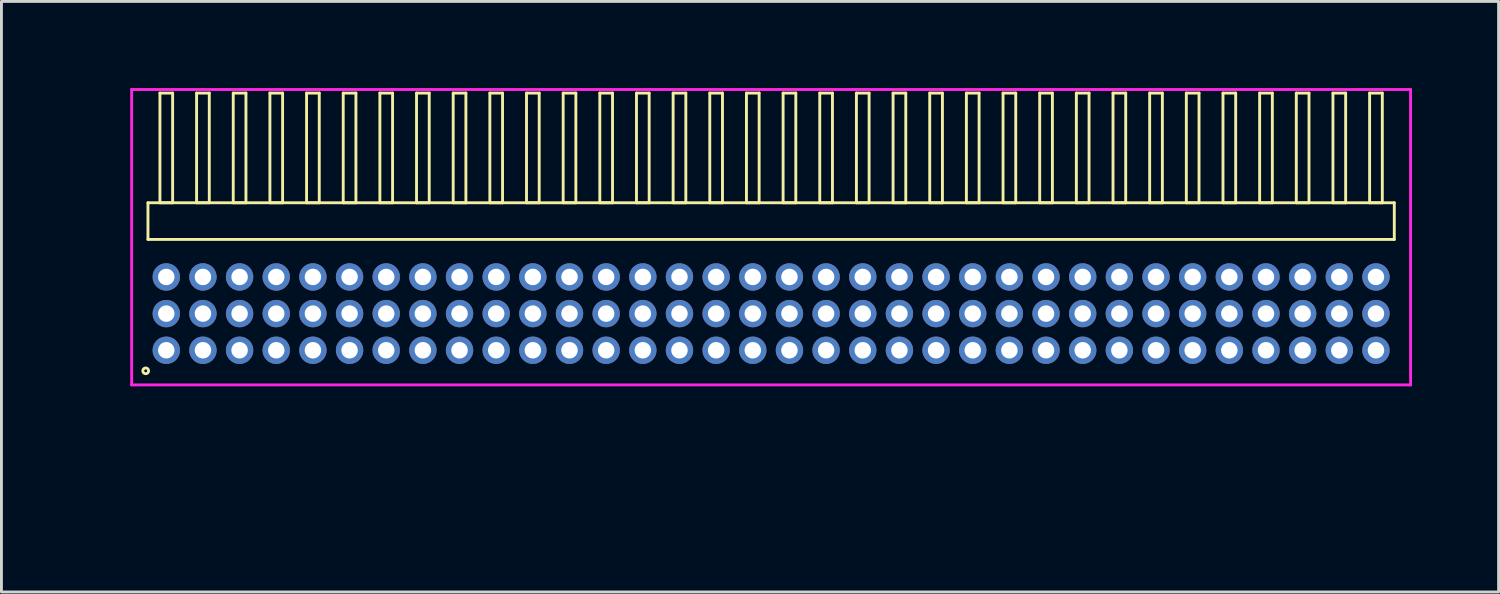
<source format=kicad_pcb>
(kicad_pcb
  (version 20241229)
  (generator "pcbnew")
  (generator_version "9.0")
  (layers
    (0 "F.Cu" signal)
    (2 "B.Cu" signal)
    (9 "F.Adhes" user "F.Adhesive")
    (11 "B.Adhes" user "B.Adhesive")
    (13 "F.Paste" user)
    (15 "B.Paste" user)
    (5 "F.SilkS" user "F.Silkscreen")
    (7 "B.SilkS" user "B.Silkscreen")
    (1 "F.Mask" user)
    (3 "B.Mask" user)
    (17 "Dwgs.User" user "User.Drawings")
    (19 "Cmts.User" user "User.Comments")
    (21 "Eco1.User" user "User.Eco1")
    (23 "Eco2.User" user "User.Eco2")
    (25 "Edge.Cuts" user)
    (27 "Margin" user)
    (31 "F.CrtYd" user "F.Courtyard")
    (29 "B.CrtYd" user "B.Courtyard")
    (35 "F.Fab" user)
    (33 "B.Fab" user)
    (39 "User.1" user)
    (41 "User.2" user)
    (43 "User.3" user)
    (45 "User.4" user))
  (footprint "HDR_RA127P34x3"
    (layer "F.Cu")
    (at 23.666 7.815)
    (property "Reference" "HDR_RA127P34x3" (at -22.905 0 90) (layer "User.1") (effects (font (size 1 1) (thickness 0.1))))
    (attr through_hole)
    (fp_line (start -21.59 -3.84) (end -21.59 -2.57) (stroke (width 0.1) (type solid)) (layer "F.SilkS"))
    (fp_line (start -21.59 -2.57) (end 21.59 -2.57) (stroke (width 0.1) (type solid)) (layer "F.SilkS"))
    (fp_line (start -21.175 -7.64) (end -21.175 -3.84) (stroke (width 0.1) (type solid)) (layer "F.SilkS"))
    (fp_line (start -21.175 -3.84) (end -20.735 -3.84) (stroke (width 0.1) (type solid)) (layer "F.SilkS"))
    (fp_line (start -20.735 -7.64) (end -21.175 -7.64) (stroke (width 0.1) (type solid)) (layer "F.SilkS"))
    (fp_line (start -20.735 -3.84) (end -20.735 -7.64) (stroke (width 0.1) (type solid)) (layer "F.SilkS"))
    (fp_line (start -19.905 -7.64) (end -19.905 -3.84) (stroke (width 0.1) (type solid)) (layer "F.SilkS"))
    (fp_line (start -19.905 -3.84) (end -19.465 -3.84) (stroke (width 0.1) (type solid)) (layer "F.SilkS"))
    (fp_line (start -19.465 -7.64) (end -19.905 -7.64) (stroke (width 0.1) (type solid)) (layer "F.SilkS"))
    (fp_line (start -19.465 -3.84) (end -19.465 -7.64) (stroke (width 0.1) (type solid)) (layer "F.SilkS"))
    (fp_line (start -18.635 -7.64) (end -18.635 -3.84) (stroke (width 0.1) (type solid)) (layer "F.SilkS"))
    (fp_line (start -18.635 -3.84) (end -18.195 -3.84) (stroke (width 0.1) (type solid)) (layer "F.SilkS"))
    (fp_line (start -18.195 -7.64) (end -18.635 -7.64) (stroke (width 0.1) (type solid)) (layer "F.SilkS"))
    (fp_line (start -18.195 -3.84) (end -18.195 -7.64) (stroke (width 0.1) (type solid)) (layer "F.SilkS"))
    (fp_line (start -17.365 -7.64) (end -17.365 -3.84) (stroke (width 0.1) (type solid)) (layer "F.SilkS"))
    (fp_line (start -17.365 -3.84) (end -16.925 -3.84) (stroke (width 0.1) (type solid)) (layer "F.SilkS"))
    (fp_line (start -16.925 -7.64) (end -17.365 -7.64) (stroke (width 0.1) (type solid)) (layer "F.SilkS"))
    (fp_line (start -16.925 -3.84) (end -16.925 -7.64) (stroke (width 0.1) (type solid)) (layer "F.SilkS"))
    (fp_line (start -16.095 -7.64) (end -16.095 -3.84) (stroke (width 0.1) (type solid)) (layer "F.SilkS"))
    (fp_line (start -16.095 -3.84) (end -15.655 -3.84) (stroke (width 0.1) (type solid)) (layer "F.SilkS"))
    (fp_line (start -15.655 -7.64) (end -16.095 -7.64) (stroke (width 0.1) (type solid)) (layer "F.SilkS"))
    (fp_line (start -15.655 -3.84) (end -15.655 -7.64) (stroke (width 0.1) (type solid)) (layer "F.SilkS"))
    (fp_line (start -14.825 -7.64) (end -14.825 -3.84) (stroke (width 0.1) (type solid)) (layer "F.SilkS"))
    (fp_line (start -14.825 -3.84) (end -14.385 -3.84) (stroke (width 0.1) (type solid)) (layer "F.SilkS"))
    (fp_line (start -14.385 -7.64) (end -14.825 -7.64) (stroke (width 0.1) (type solid)) (layer "F.SilkS"))
    (fp_line (start -14.385 -3.84) (end -14.385 -7.64) (stroke (width 0.1) (type solid)) (layer "F.SilkS"))
    (fp_line (start -13.555 -7.64) (end -13.555 -3.84) (stroke (width 0.1) (type solid)) (layer "F.SilkS"))
    (fp_line (start -13.555 -3.84) (end -13.115 -3.84) (stroke (width 0.1) (type solid)) (layer "F.SilkS"))
    (fp_line (start -13.115 -7.64) (end -13.555 -7.64) (stroke (width 0.1) (type solid)) (layer "F.SilkS"))
    (fp_line (start -13.115 -3.84) (end -13.115 -7.64) (stroke (width 0.1) (type solid)) (layer "F.SilkS"))
    (fp_line (start -12.285 -7.64) (end -12.285 -3.84) (stroke (width 0.1) (type solid)) (layer "F.SilkS"))
    (fp_line (start -12.285 -3.84) (end -11.845 -3.84) (stroke (width 0.1) (type solid)) (layer "F.SilkS"))
    (fp_line (start -11.845 -7.64) (end -12.285 -7.64) (stroke (width 0.1) (type solid)) (layer "F.SilkS"))
    (fp_line (start -11.845 -3.84) (end -11.845 -7.64) (stroke (width 0.1) (type solid)) (layer "F.SilkS"))
    (fp_line (start -11.015 -7.64) (end -11.015 -3.84) (stroke (width 0.1) (type solid)) (layer "F.SilkS"))
    (fp_line (start -11.015 -3.84) (end -10.575 -3.84) (stroke (width 0.1) (type solid)) (layer "F.SilkS"))
    (fp_line (start -10.575 -7.64) (end -11.015 -7.64) (stroke (width 0.1) (type solid)) (layer "F.SilkS"))
    (fp_line (start -10.575 -3.84) (end -10.575 -7.64) (stroke (width 0.1) (type solid)) (layer "F.SilkS"))
    (fp_line (start -9.745 -7.64) (end -9.745 -3.84) (stroke (width 0.1) (type solid)) (layer "F.SilkS"))
    (fp_line (start -9.745 -3.84) (end -9.305 -3.84) (stroke (width 0.1) (type solid)) (layer "F.SilkS"))
    (fp_line (start -9.305 -7.64) (end -9.745 -7.64) (stroke (width 0.1) (type solid)) (layer "F.SilkS"))
    (fp_line (start -9.305 -3.84) (end -9.305 -7.64) (stroke (width 0.1) (type solid)) (layer "F.SilkS"))
    (fp_line (start -8.475 -7.64) (end -8.475 -3.84) (stroke (width 0.1) (type solid)) (layer "F.SilkS"))
    (fp_line (start -8.475 -3.84) (end -8.035 -3.84) (stroke (width 0.1) (type solid)) (layer "F.SilkS"))
    (fp_line (start -8.035 -7.64) (end -8.475 -7.64) (stroke (width 0.1) (type solid)) (layer "F.SilkS"))
    (fp_line (start -8.035 -3.84) (end -8.035 -7.64) (stroke (width 0.1) (type solid)) (layer "F.SilkS"))
    (fp_line (start -7.205 -7.64) (end -7.205 -3.84) (stroke (width 0.1) (type solid)) (layer "F.SilkS"))
    (fp_line (start -7.205 -3.84) (end -6.765 -3.84) (stroke (width 0.1) (type solid)) (layer "F.SilkS"))
    (fp_line (start -6.765 -7.64) (end -7.205 -7.64) (stroke (width 0.1) (type solid)) (layer "F.SilkS"))
    (fp_line (start -6.765 -3.84) (end -6.765 -7.64) (stroke (width 0.1) (type solid)) (layer "F.SilkS"))
    (fp_line (start -5.935 -7.64) (end -5.935 -3.84) (stroke (width 0.1) (type solid)) (layer "F.SilkS"))
    (fp_line (start -5.935 -3.84) (end -5.495 -3.84) (stroke (width 0.1) (type solid)) (layer "F.SilkS"))
    (fp_line (start -5.495 -7.64) (end -5.935 -7.64) (stroke (width 0.1) (type solid)) (layer "F.SilkS"))
    (fp_line (start -5.495 -3.84) (end -5.495 -7.64) (stroke (width 0.1) (type solid)) (layer "F.SilkS"))
    (fp_line (start -4.665 -7.64) (end -4.665 -3.84) (stroke (width 0.1) (type solid)) (layer "F.SilkS"))
    (fp_line (start -4.665 -3.84) (end -4.225 -3.84) (stroke (width 0.1) (type solid)) (layer "F.SilkS"))
    (fp_line (start -4.225 -7.64) (end -4.665 -7.64) (stroke (width 0.1) (type solid)) (layer "F.SilkS"))
    (fp_line (start -4.225 -3.84) (end -4.225 -7.64) (stroke (width 0.1) (type solid)) (layer "F.SilkS"))
    (fp_line (start -3.395 -7.64) (end -3.395 -3.84) (stroke (width 0.1) (type solid)) (layer "F.SilkS"))
    (fp_line (start -3.395 -3.84) (end -2.955 -3.84) (stroke (width 0.1) (type solid)) (layer "F.SilkS"))
    (fp_line (start -2.955 -7.64) (end -3.395 -7.64) (stroke (width 0.1) (type solid)) (layer "F.SilkS"))
    (fp_line (start -2.955 -3.84) (end -2.955 -7.64) (stroke (width 0.1) (type solid)) (layer "F.SilkS"))
    (fp_line (start -2.125 -7.64) (end -2.125 -3.84) (stroke (width 0.1) (type solid)) (layer "F.SilkS"))
    (fp_line (start -2.125 -3.84) (end -1.685 -3.84) (stroke (width 0.1) (type solid)) (layer "F.SilkS"))
    (fp_line (start -1.685 -7.64) (end -2.125 -7.64) (stroke (width 0.1) (type solid)) (layer "F.SilkS"))
    (fp_line (start -1.685 -3.84) (end -1.685 -7.64) (stroke (width 0.1) (type solid)) (layer "F.SilkS"))
    (fp_line (start -0.855 -7.64) (end -0.855 -3.84) (stroke (width 0.1) (type solid)) (layer "F.SilkS"))
    (fp_line (start -0.855 -3.84) (end -0.415 -3.84) (stroke (width 0.1) (type solid)) (layer "F.SilkS"))
    (fp_line (start -0.415 -7.64) (end -0.855 -7.64) (stroke (width 0.1) (type solid)) (layer "F.SilkS"))
    (fp_line (start -0.415 -3.84) (end -0.415 -7.64) (stroke (width 0.1) (type solid)) (layer "F.SilkS"))
    (fp_line (start 0.415 -7.64) (end 0.415 -3.84) (stroke (width 0.1) (type solid)) (layer "F.SilkS"))
    (fp_line (start 0.415 -3.84) (end 0.855 -3.84) (stroke (width 0.1) (type solid)) (layer "F.SilkS"))
    (fp_line (start 0.855 -7.64) (end 0.415 -7.64) (stroke (width 0.1) (type solid)) (layer "F.SilkS"))
    (fp_line (start 0.855 -3.84) (end 0.855 -7.64) (stroke (width 0.1) (type solid)) (layer "F.SilkS"))
    (fp_line (start 1.685 -7.64) (end 1.685 -3.84) (stroke (width 0.1) (type solid)) (layer "F.SilkS"))
    (fp_line (start 1.685 -3.84) (end 2.125 -3.84) (stroke (width 0.1) (type solid)) (layer "F.SilkS"))
    (fp_line (start 2.125 -7.64) (end 1.685 -7.64) (stroke (width 0.1) (type solid)) (layer "F.SilkS"))
    (fp_line (start 2.125 -3.84) (end 2.125 -7.64) (stroke (width 0.1) (type solid)) (layer "F.SilkS"))
    (fp_line (start 2.955 -7.64) (end 2.955 -3.84) (stroke (width 0.1) (type solid)) (layer "F.SilkS"))
    (fp_line (start 2.955 -3.84) (end 3.395 -3.84) (stroke (width 0.1) (type solid)) (layer "F.SilkS"))
    (fp_line (start 3.395 -7.64) (end 2.955 -7.64) (stroke (width 0.1) (type solid)) (layer "F.SilkS"))
    (fp_line (start 3.395 -3.84) (end 3.395 -7.64) (stroke (width 0.1) (type solid)) (layer "F.SilkS"))
    (fp_line (start 4.225 -7.64) (end 4.225 -3.84) (stroke (width 0.1) (type solid)) (layer "F.SilkS"))
    (fp_line (start 4.225 -3.84) (end 4.665 -3.84) (stroke (width 0.1) (type solid)) (layer "F.SilkS"))
    (fp_line (start 4.665 -7.64) (end 4.225 -7.64) (stroke (width 0.1) (type solid)) (layer "F.SilkS"))
    (fp_line (start 4.665 -3.84) (end 4.665 -7.64) (stroke (width 0.1) (type solid)) (layer "F.SilkS"))
    (fp_line (start 5.495 -7.64) (end 5.495 -3.84) (stroke (width 0.1) (type solid)) (layer "F.SilkS"))
    (fp_line (start 5.495 -3.84) (end 5.935 -3.84) (stroke (width 0.1) (type solid)) (layer "F.SilkS"))
    (fp_line (start 5.935 -7.64) (end 5.495 -7.64) (stroke (width 0.1) (type solid)) (layer "F.SilkS"))
    (fp_line (start 5.935 -3.84) (end 5.935 -7.64) (stroke (width 0.1) (type solid)) (layer "F.SilkS"))
    (fp_line (start 6.765 -7.64) (end 6.765 -3.84) (stroke (width 0.1) (type solid)) (layer "F.SilkS"))
    (fp_line (start 6.765 -3.84) (end 7.205 -3.84) (stroke (width 0.1) (type solid)) (layer "F.SilkS"))
    (fp_line (start 7.205 -7.64) (end 6.765 -7.64) (stroke (width 0.1) (type solid)) (layer "F.SilkS"))
    (fp_line (start 7.205 -3.84) (end 7.205 -7.64) (stroke (width 0.1) (type solid)) (layer "F.SilkS"))
    (fp_line (start 8.035 -7.64) (end 8.035 -3.84) (stroke (width 0.1) (type solid)) (layer "F.SilkS"))
    (fp_line (start 8.035 -3.84) (end 8.475 -3.84) (stroke (width 0.1) (type solid)) (layer "F.SilkS"))
    (fp_line (start 8.475 -7.64) (end 8.035 -7.64) (stroke (width 0.1) (type solid)) (layer "F.SilkS"))
    (fp_line (start 8.475 -3.84) (end 8.475 -7.64) (stroke (width 0.1) (type solid)) (layer "F.SilkS"))
    (fp_line (start 9.305 -7.64) (end 9.305 -3.84) (stroke (width 0.1) (type solid)) (layer "F.SilkS"))
    (fp_line (start 9.305 -3.84) (end 9.745 -3.84) (stroke (width 0.1) (type solid)) (layer "F.SilkS"))
    (fp_line (start 9.745 -7.64) (end 9.305 -7.64) (stroke (width 0.1) (type solid)) (layer "F.SilkS"))
    (fp_line (start 9.745 -3.84) (end 9.745 -7.64) (stroke (width 0.1) (type solid)) (layer "F.SilkS"))
    (fp_line (start 10.575 -7.64) (end 10.575 -3.84) (stroke (width 0.1) (type solid)) (layer "F.SilkS"))
    (fp_line (start 10.575 -3.84) (end 11.015 -3.84) (stroke (width 0.1) (type solid)) (layer "F.SilkS"))
    (fp_line (start 11.015 -7.64) (end 10.575 -7.64) (stroke (width 0.1) (type solid)) (layer "F.SilkS"))
    (fp_line (start 11.015 -3.84) (end 11.015 -7.64) (stroke (width 0.1) (type solid)) (layer "F.SilkS"))
    (fp_line (start 11.845 -7.64) (end 11.845 -3.84) (stroke (width 0.1) (type solid)) (layer "F.SilkS"))
    (fp_line (start 11.845 -3.84) (end 12.285 -3.84) (stroke (width 0.1) (type solid)) (layer "F.SilkS"))
    (fp_line (start 12.285 -7.64) (end 11.845 -7.64) (stroke (width 0.1) (type solid)) (layer "F.SilkS"))
    (fp_line (start 12.285 -3.84) (end 12.285 -7.64) (stroke (width 0.1) (type solid)) (layer "F.SilkS"))
    (fp_line (start 13.115 -7.64) (end 13.115 -3.84) (stroke (width 0.1) (type solid)) (layer "F.SilkS"))
    (fp_line (start 13.115 -3.84) (end 13.555 -3.84) (stroke (width 0.1) (type solid)) (layer "F.SilkS"))
    (fp_line (start 13.555 -7.64) (end 13.115 -7.64) (stroke (width 0.1) (type solid)) (layer "F.SilkS"))
    (fp_line (start 13.555 -3.84) (end 13.555 -7.64) (stroke (width 0.1) (type solid)) (layer "F.SilkS"))
    (fp_line (start 14.385 -7.64) (end 14.385 -3.84) (stroke (width 0.1) (type solid)) (layer "F.SilkS"))
    (fp_line (start 14.385 -3.84) (end 14.825 -3.84) (stroke (width 0.1) (type solid)) (layer "F.SilkS"))
    (fp_line (start 14.825 -7.64) (end 14.385 -7.64) (stroke (width 0.1) (type solid)) (layer "F.SilkS"))
    (fp_line (start 14.825 -3.84) (end 14.825 -7.64) (stroke (width 0.1) (type solid)) (layer "F.SilkS"))
    (fp_line (start 15.655 -7.64) (end 15.655 -3.84) (stroke (width 0.1) (type solid)) (layer "F.SilkS"))
    (fp_line (start 15.655 -3.84) (end 16.095 -3.84) (stroke (width 0.1) (type solid)) (layer "F.SilkS"))
    (fp_line (start 16.095 -7.64) (end 15.655 -7.64) (stroke (width 0.1) (type solid)) (layer "F.SilkS"))
    (fp_line (start 16.095 -3.84) (end 16.095 -7.64) (stroke (width 0.1) (type solid)) (layer "F.SilkS"))
    (fp_line (start 16.925 -7.64) (end 16.925 -3.84) (stroke (width 0.1) (type solid)) (layer "F.SilkS"))
    (fp_line (start 16.925 -3.84) (end 17.365 -3.84) (stroke (width 0.1) (type solid)) (layer "F.SilkS"))
    (fp_line (start 17.365 -7.64) (end 16.925 -7.64) (stroke (width 0.1) (type solid)) (layer "F.SilkS"))
    (fp_line (start 17.365 -3.84) (end 17.365 -7.64) (stroke (width 0.1) (type solid)) (layer "F.SilkS"))
    (fp_line (start 18.195 -7.64) (end 18.195 -3.84) (stroke (width 0.1) (type solid)) (layer "F.SilkS"))
    (fp_line (start 18.195 -3.84) (end 18.635 -3.84) (stroke (width 0.1) (type solid)) (layer "F.SilkS"))
    (fp_line (start 18.635 -7.64) (end 18.195 -7.64) (stroke (width 0.1) (type solid)) (layer "F.SilkS"))
    (fp_line (start 18.635 -3.84) (end 18.635 -7.64) (stroke (width 0.1) (type solid)) (layer "F.SilkS"))
    (fp_line (start 19.465 -7.64) (end 19.465 -3.84) (stroke (width 0.1) (type solid)) (layer "F.SilkS"))
    (fp_line (start 19.465 -3.84) (end 19.905 -3.84) (stroke (width 0.1) (type solid)) (layer "F.SilkS"))
    (fp_line (start 19.905 -7.64) (end 19.465 -7.64) (stroke (width 0.1) (type solid)) (layer "F.SilkS"))
    (fp_line (start 19.905 -3.84) (end 19.905 -7.64) (stroke (width 0.1) (type solid)) (layer "F.SilkS"))
    (fp_line (start 20.735 -7.64) (end 20.735 -3.84) (stroke (width 0.1) (type solid)) (layer "F.SilkS"))
    (fp_line (start 20.735 -3.84) (end 21.175 -3.84) (stroke (width 0.1) (type solid)) (layer "F.SilkS"))
    (fp_line (start 21.175 -7.64) (end 20.735 -7.64) (stroke (width 0.1) (type solid)) (layer "F.SilkS"))
    (fp_line (start 21.175 -3.84) (end 21.175 -7.64) (stroke (width 0.1) (type solid)) (layer "F.SilkS"))
    (fp_line (start 21.59 -3.84) (end -21.59 -3.84) (stroke (width 0.1) (type solid)) (layer "F.SilkS"))
    (fp_line (start 21.59 -2.57) (end 21.59 -3.84) (stroke (width 0.1) (type solid)) (layer "F.SilkS"))
    (fp_circle (center -21.668 1.983) (end -21.568 1.983) (stroke (width 0.1) (type solid)) (fill no) (layer "F.SilkS"))
    (fp_line (start -22.155 -7.765) (end -22.155 2.47) (stroke (width 0.1) (type solid)) (layer "F.CrtYd"))
    (fp_line (start -22.155 2.47) (end 22.155 2.47) (stroke (width 0.1) (type solid)) (layer "F.CrtYd"))
    (fp_line (start 22.155 -7.765) (end -22.155 -7.765) (stroke (width 0.1) (type solid)) (layer "F.CrtYd"))
    (fp_line (start 22.155 2.47) (end 22.155 -7.765) (stroke (width 0.1) (type solid)) (layer "F.CrtYd"))
    (pad "1" thru_hole oval (at -20.955 1.27) (size 0.95 0.95) (drill 0.57) (layers "*.Cu" "*.Mask"))
    (pad "2" thru_hole oval (at -20.955 0) (size 0.95 0.95) (drill 0.57) (layers "*.Cu" "*.Mask"))
    (pad "3" thru_hole oval (at -20.955 -1.27) (size 0.95 0.95) (drill 0.57) (layers "*.Cu" "*.Mask"))
    (pad "4" thru_hole oval (at -19.685 1.27) (size 0.95 0.95) (drill 0.57) (layers "*.Cu" "*.Mask"))
    (pad "5" thru_hole oval (at -19.685 0) (size 0.95 0.95) (drill 0.57) (layers "*.Cu" "*.Mask"))
    (pad "6" thru_hole oval (at -19.685 -1.27) (size 0.95 0.95) (drill 0.57) (layers "*.Cu" "*.Mask"))
    (pad "7" thru_hole oval (at -18.415 1.27) (size 0.95 0.95) (drill 0.57) (layers "*.Cu" "*.Mask"))
    (pad "8" thru_hole oval (at -18.415 0) (size 0.95 0.95) (drill 0.57) (layers "*.Cu" "*.Mask"))
    (pad "9" thru_hole oval (at -18.415 -1.27) (size 0.95 0.95) (drill 0.57) (layers "*.Cu" "*.Mask"))
    (pad "10" thru_hole oval (at -17.145 1.27) (size 0.95 0.95) (drill 0.57) (layers "*.Cu" "*.Mask"))
    (pad "11" thru_hole oval (at -17.145 0) (size 0.95 0.95) (drill 0.57) (layers "*.Cu" "*.Mask"))
    (pad "12" thru_hole oval (at -17.145 -1.27) (size 0.95 0.95) (drill 0.57) (layers "*.Cu" "*.Mask"))
    (pad "13" thru_hole oval (at -15.875 1.27) (size 0.95 0.95) (drill 0.57) (layers "*.Cu" "*.Mask"))
    (pad "14" thru_hole oval (at -15.875 0) (size 0.95 0.95) (drill 0.57) (layers "*.Cu" "*.Mask"))
    (pad "15" thru_hole oval (at -15.875 -1.27) (size 0.95 0.95) (drill 0.57) (layers "*.Cu" "*.Mask"))
    (pad "16" thru_hole oval (at -14.605 1.27) (size 0.95 0.95) (drill 0.57) (layers "*.Cu" "*.Mask"))
    (pad "17" thru_hole oval (at -14.605 0) (size 0.95 0.95) (drill 0.57) (layers "*.Cu" "*.Mask"))
    (pad "18" thru_hole oval (at -14.605 -1.27) (size 0.95 0.95) (drill 0.57) (layers "*.Cu" "*.Mask"))
    (pad "19" thru_hole oval (at -13.335 1.27) (size 0.95 0.95) (drill 0.57) (layers "*.Cu" "*.Mask"))
    (pad "20" thru_hole oval (at -13.335 0) (size 0.95 0.95) (drill 0.57) (layers "*.Cu" "*.Mask"))
    (pad "21" thru_hole oval (at -13.335 -1.27) (size 0.95 0.95) (drill 0.57) (layers "*.Cu" "*.Mask"))
    (pad "22" thru_hole oval (at -12.065 1.27) (size 0.95 0.95) (drill 0.57) (layers "*.Cu" "*.Mask"))
    (pad "23" thru_hole oval (at -12.065 0) (size 0.95 0.95) (drill 0.57) (layers "*.Cu" "*.Mask"))
    (pad "24" thru_hole oval (at -12.065 -1.27) (size 0.95 0.95) (drill 0.57) (layers "*.Cu" "*.Mask"))
    (pad "25" thru_hole oval (at -10.795 1.27) (size 0.95 0.95) (drill 0.57) (layers "*.Cu" "*.Mask"))
    (pad "26" thru_hole oval (at -10.795 0) (size 0.95 0.95) (drill 0.57) (layers "*.Cu" "*.Mask"))
    (pad "27" thru_hole oval (at -10.795 -1.27) (size 0.95 0.95) (drill 0.57) (layers "*.Cu" "*.Mask"))
    (pad "28" thru_hole oval (at -9.525 1.27) (size 0.95 0.95) (drill 0.57) (layers "*.Cu" "*.Mask"))
    (pad "29" thru_hole oval (at -9.525 0) (size 0.95 0.95) (drill 0.57) (layers "*.Cu" "*.Mask"))
    (pad "30" thru_hole oval (at -9.525 -1.27) (size 0.95 0.95) (drill 0.57) (layers "*.Cu" "*.Mask"))
    (pad "31" thru_hole oval (at -8.255 1.27) (size 0.95 0.95) (drill 0.57) (layers "*.Cu" "*.Mask"))
    (pad "32" thru_hole oval (at -8.255 0) (size 0.95 0.95) (drill 0.57) (layers "*.Cu" "*.Mask"))
    (pad "33" thru_hole oval (at -8.255 -1.27) (size 0.95 0.95) (drill 0.57) (layers "*.Cu" "*.Mask"))
    (pad "34" thru_hole oval (at -6.985 1.27) (size 0.95 0.95) (drill 0.57) (layers "*.Cu" "*.Mask"))
    (pad "35" thru_hole oval (at -6.985 0) (size 0.95 0.95) (drill 0.57) (layers "*.Cu" "*.Mask"))
    (pad "36" thru_hole oval (at -6.985 -1.27) (size 0.95 0.95) (drill 0.57) (layers "*.Cu" "*.Mask"))
    (pad "37" thru_hole oval (at -5.715 1.27) (size 0.95 0.95) (drill 0.57) (layers "*.Cu" "*.Mask"))
    (pad "38" thru_hole oval (at -5.715 0) (size 0.95 0.95) (drill 0.57) (layers "*.Cu" "*.Mask"))
    (pad "39" thru_hole oval (at -5.715 -1.27) (size 0.95 0.95) (drill 0.57) (layers "*.Cu" "*.Mask"))
    (pad "40" thru_hole oval (at -4.445 1.27) (size 0.95 0.95) (drill 0.57) (layers "*.Cu" "*.Mask"))
    (pad "41" thru_hole oval (at -4.445 0) (size 0.95 0.95) (drill 0.57) (layers "*.Cu" "*.Mask"))
    (pad "42" thru_hole oval (at -4.445 -1.27) (size 0.95 0.95) (drill 0.57) (layers "*.Cu" "*.Mask"))
    (pad "43" thru_hole oval (at -3.175 1.27) (size 0.95 0.95) (drill 0.57) (layers "*.Cu" "*.Mask"))
    (pad "44" thru_hole oval (at -3.175 0) (size 0.95 0.95) (drill 0.57) (layers "*.Cu" "*.Mask"))
    (pad "45" thru_hole oval (at -3.175 -1.27) (size 0.95 0.95) (drill 0.57) (layers "*.Cu" "*.Mask"))
    (pad "46" thru_hole oval (at -1.905 1.27) (size 0.95 0.95) (drill 0.57) (layers "*.Cu" "*.Mask"))
    (pad "47" thru_hole oval (at -1.905 0) (size 0.95 0.95) (drill 0.57) (layers "*.Cu" "*.Mask"))
    (pad "48" thru_hole oval (at -1.905 -1.27) (size 0.95 0.95) (drill 0.57) (layers "*.Cu" "*.Mask"))
    (pad "49" thru_hole oval (at -0.635 1.27) (size 0.95 0.95) (drill 0.57) (layers "*.Cu" "*.Mask"))
    (pad "50" thru_hole oval (at -0.635 0) (size 0.95 0.95) (drill 0.57) (layers "*.Cu" "*.Mask"))
    (pad "51" thru_hole oval (at -0.635 -1.27) (size 0.95 0.95) (drill 0.57) (layers "*.Cu" "*.Mask"))
    (pad "52" thru_hole oval (at 0.635 1.27) (size 0.95 0.95) (drill 0.57) (layers "*.Cu" "*.Mask"))
    (pad "53" thru_hole oval (at 0.635 0) (size 0.95 0.95) (drill 0.57) (layers "*.Cu" "*.Mask"))
    (pad "54" thru_hole oval (at 0.635 -1.27) (size 0.95 0.95) (drill 0.57) (layers "*.Cu" "*.Mask"))
    (pad "55" thru_hole oval (at 1.905 1.27) (size 0.95 0.95) (drill 0.57) (layers "*.Cu" "*.Mask"))
    (pad "56" thru_hole oval (at 1.905 0) (size 0.95 0.95) (drill 0.57) (layers "*.Cu" "*.Mask"))
    (pad "57" thru_hole oval (at 1.905 -1.27) (size 0.95 0.95) (drill 0.57) (layers "*.Cu" "*.Mask"))
    (pad "58" thru_hole oval (at 3.175 1.27) (size 0.95 0.95) (drill 0.57) (layers "*.Cu" "*.Mask"))
    (pad "59" thru_hole oval (at 3.175 0) (size 0.95 0.95) (drill 0.57) (layers "*.Cu" "*.Mask"))
    (pad "60" thru_hole oval (at 3.175 -1.27) (size 0.95 0.95) (drill 0.57) (layers "*.Cu" "*.Mask"))
    (pad "61" thru_hole oval (at 4.445 1.27) (size 0.95 0.95) (drill 0.57) (layers "*.Cu" "*.Mask"))
    (pad "62" thru_hole oval (at 4.445 0) (size 0.95 0.95) (drill 0.57) (layers "*.Cu" "*.Mask"))
    (pad "63" thru_hole oval (at 4.445 -1.27) (size 0.95 0.95) (drill 0.57) (layers "*.Cu" "*.Mask"))
    (pad "64" thru_hole oval (at 5.715 1.27) (size 0.95 0.95) (drill 0.57) (layers "*.Cu" "*.Mask"))
    (pad "65" thru_hole oval (at 5.715 0) (size 0.95 0.95) (drill 0.57) (layers "*.Cu" "*.Mask"))
    (pad "66" thru_hole oval (at 5.715 -1.27) (size 0.95 0.95) (drill 0.57) (layers "*.Cu" "*.Mask"))
    (pad "67" thru_hole oval (at 6.985 1.27) (size 0.95 0.95) (drill 0.57) (layers "*.Cu" "*.Mask"))
    (pad "68" thru_hole oval (at 6.985 0) (size 0.95 0.95) (drill 0.57) (layers "*.Cu" "*.Mask"))
    (pad "69" thru_hole oval (at 6.985 -1.27) (size 0.95 0.95) (drill 0.57) (layers "*.Cu" "*.Mask"))
    (pad "70" thru_hole oval (at 8.255 1.27) (size 0.95 0.95) (drill 0.57) (layers "*.Cu" "*.Mask"))
    (pad "71" thru_hole oval (at 8.255 0) (size 0.95 0.95) (drill 0.57) (layers "*.Cu" "*.Mask"))
    (pad "72" thru_hole oval (at 8.255 -1.27) (size 0.95 0.95) (drill 0.57) (layers "*.Cu" "*.Mask"))
    (pad "73" thru_hole oval (at 9.525 1.27) (size 0.95 0.95) (drill 0.57) (layers "*.Cu" "*.Mask"))
    (pad "74" thru_hole oval (at 9.525 0) (size 0.95 0.95) (drill 0.57) (layers "*.Cu" "*.Mask"))
    (pad "75" thru_hole oval (at 9.525 -1.27) (size 0.95 0.95) (drill 0.57) (layers "*.Cu" "*.Mask"))
    (pad "76" thru_hole oval (at 10.795 1.27) (size 0.95 0.95) (drill 0.57) (layers "*.Cu" "*.Mask"))
    (pad "77" thru_hole oval (at 10.795 0) (size 0.95 0.95) (drill 0.57) (layers "*.Cu" "*.Mask"))
    (pad "78" thru_hole oval (at 10.795 -1.27) (size 0.95 0.95) (drill 0.57) (layers "*.Cu" "*.Mask"))
    (pad "79" thru_hole oval (at 12.065 1.27) (size 0.95 0.95) (drill 0.57) (layers "*.Cu" "*.Mask"))
    (pad "80" thru_hole oval (at 12.065 0) (size 0.95 0.95) (drill 0.57) (layers "*.Cu" "*.Mask"))
    (pad "81" thru_hole oval (at 12.065 -1.27) (size 0.95 0.95) (drill 0.57) (layers "*.Cu" "*.Mask"))
    (pad "82" thru_hole oval (at 13.335 1.27) (size 0.95 0.95) (drill 0.57) (layers "*.Cu" "*.Mask"))
    (pad "83" thru_hole oval (at 13.335 0) (size 0.95 0.95) (drill 0.57) (layers "*.Cu" "*.Mask"))
    (pad "84" thru_hole oval (at 13.335 -1.27) (size 0.95 0.95) (drill 0.57) (layers "*.Cu" "*.Mask"))
    (pad "85" thru_hole oval (at 14.605 1.27) (size 0.95 0.95) (drill 0.57) (layers "*.Cu" "*.Mask"))
    (pad "86" thru_hole oval (at 14.605 0) (size 0.95 0.95) (drill 0.57) (layers "*.Cu" "*.Mask"))
    (pad "87" thru_hole oval (at 14.605 -1.27) (size 0.95 0.95) (drill 0.57) (layers "*.Cu" "*.Mask"))
    (pad "88" thru_hole oval (at 15.875 1.27) (size 0.95 0.95) (drill 0.57) (layers "*.Cu" "*.Mask"))
    (pad "89" thru_hole oval (at 15.875 0) (size 0.95 0.95) (drill 0.57) (layers "*.Cu" "*.Mask"))
    (pad "90" thru_hole oval (at 15.875 -1.27) (size 0.95 0.95) (drill 0.57) (layers "*.Cu" "*.Mask"))
    (pad "91" thru_hole oval (at 17.145 1.27) (size 0.95 0.95) (drill 0.57) (layers "*.Cu" "*.Mask"))
    (pad "92" thru_hole oval (at 17.145 0) (size 0.95 0.95) (drill 0.57) (layers "*.Cu" "*.Mask"))
    (pad "93" thru_hole oval (at 17.145 -1.27) (size 0.95 0.95) (drill 0.57) (layers "*.Cu" "*.Mask"))
    (pad "94" thru_hole oval (at 18.415 1.27) (size 0.95 0.95) (drill 0.57) (layers "*.Cu" "*.Mask"))
    (pad "95" thru_hole oval (at 18.415 0) (size 0.95 0.95) (drill 0.57) (layers "*.Cu" "*.Mask"))
    (pad "96" thru_hole oval (at 18.415 -1.27) (size 0.95 0.95) (drill 0.57) (layers "*.Cu" "*.Mask"))
    (pad "97" thru_hole oval (at 19.685 1.27) (size 0.95 0.95) (drill 0.57) (layers "*.Cu" "*.Mask"))
    (pad "98" thru_hole oval (at 19.685 0) (size 0.95 0.95) (drill 0.57) (layers "*.Cu" "*.Mask"))
    (pad "99" thru_hole oval (at 19.685 -1.27) (size 0.95 0.95) (drill 0.57) (layers "*.Cu" "*.Mask"))
    (pad "100" thru_hole oval (at 20.955 1.27) (size 0.95 0.95) (drill 0.57) (layers "*.Cu" "*.Mask"))
    (pad "101" thru_hole oval (at 20.955 0) (size 0.95 0.95) (drill 0.57) (layers "*.Cu" "*.Mask"))
    (pad "102" thru_hole oval (at 20.955 -1.27) (size 0.95 0.95) (drill 0.57) (layers "*.Cu" "*.Mask")))
  (gr_rect
    (start -3 -3)
    (end 48.87 17.46)
    (stroke (width 0.1) (type default))
    (fill no)
    (layer "Edge.Cuts")))
</source>
